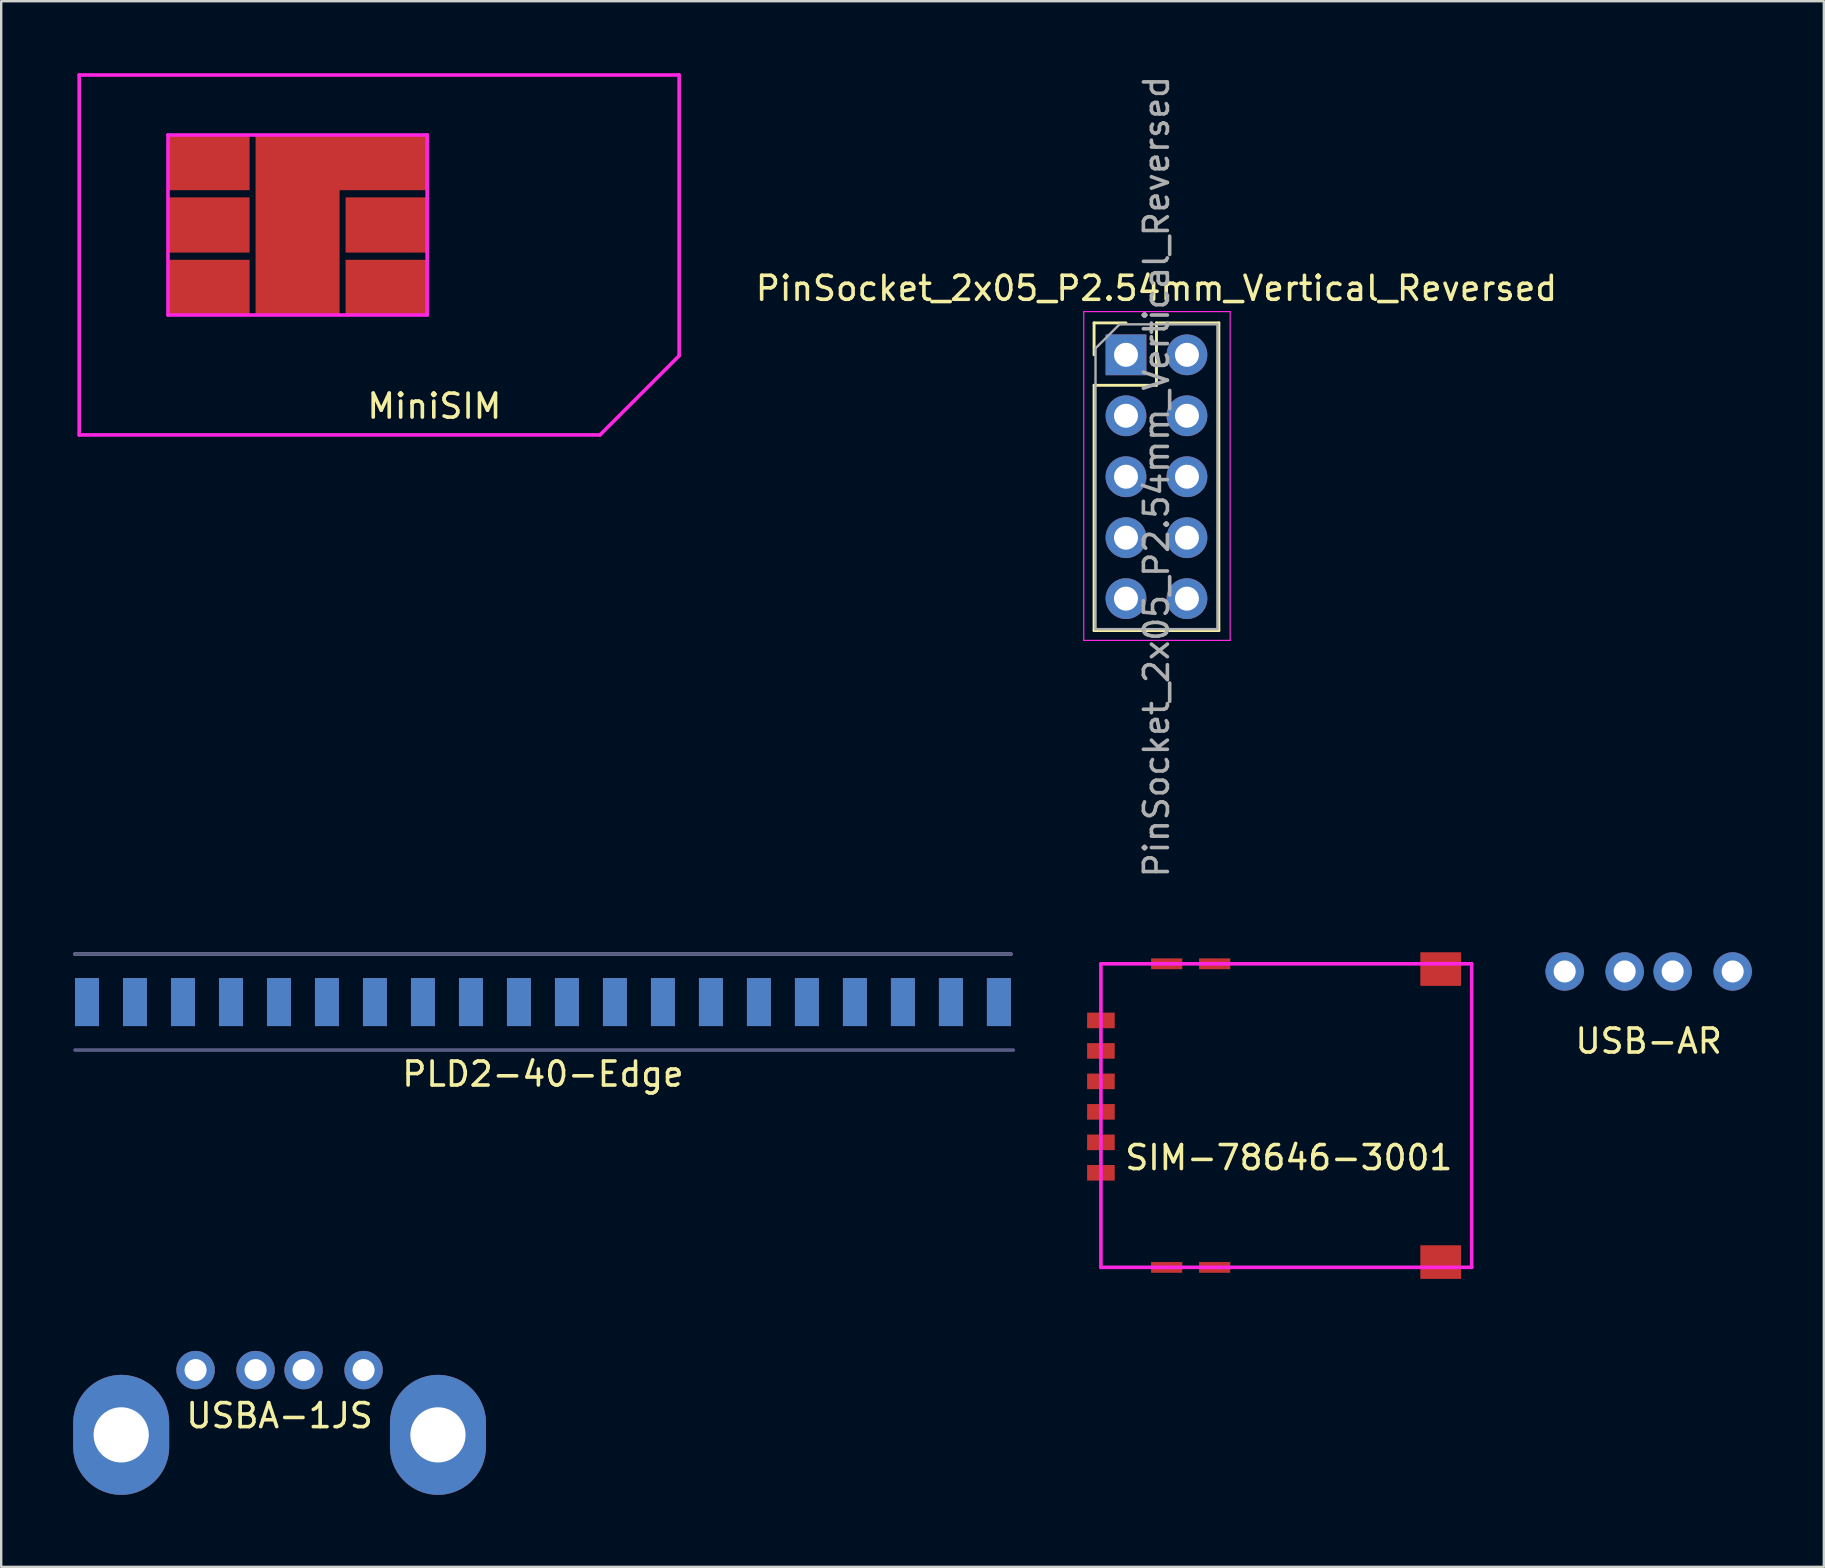
<source format=kicad_pcb>
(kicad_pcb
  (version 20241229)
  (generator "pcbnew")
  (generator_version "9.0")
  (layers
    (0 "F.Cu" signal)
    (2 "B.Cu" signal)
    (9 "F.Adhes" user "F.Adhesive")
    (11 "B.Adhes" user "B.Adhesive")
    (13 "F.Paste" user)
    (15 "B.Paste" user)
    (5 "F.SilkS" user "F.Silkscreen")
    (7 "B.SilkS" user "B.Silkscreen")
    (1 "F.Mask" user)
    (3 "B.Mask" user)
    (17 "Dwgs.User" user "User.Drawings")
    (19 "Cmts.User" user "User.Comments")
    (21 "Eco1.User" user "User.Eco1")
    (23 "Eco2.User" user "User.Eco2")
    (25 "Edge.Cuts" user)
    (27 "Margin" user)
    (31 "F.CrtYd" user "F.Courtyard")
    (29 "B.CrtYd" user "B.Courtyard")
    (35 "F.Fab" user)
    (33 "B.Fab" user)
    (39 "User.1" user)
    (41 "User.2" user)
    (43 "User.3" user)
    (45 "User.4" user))
  (footprint "SIM-78646-3001"
    (layer "F.Cu")
    (at 42.825 43.281)
    (property "Reference" "SIM-78646-3001" (at 7.83 1.908 0) (layer "F.SilkS") (effects (font (size 1 1) (thickness 0.15))))
    (attr through_hole)
    (fp_line (start 0 -6.17) (end 15.45 -6.17) (stroke (width 0.15) (type solid)) (layer "F.CrtYd"))
    (fp_line (start 0 6.48) (end 0 -6.17) (stroke (width 0.15) (type solid)) (layer "F.CrtYd"))
    (fp_line (start 15.45 -6.17) (end 15.45 6.48) (stroke (width 0.15) (type solid)) (layer "F.CrtYd"))
    (fp_line (start 15.45 6.48) (end 0 6.48) (stroke (width 0.15) (type solid)) (layer "F.CrtYd"))
    (pad "1" smd rect (at 0 -2.54) (size 1.15 0.65) (layers "F.Cu" "F.Mask" "F.Paste"))
    (pad "2" smd rect (at 0 0) (size 1.15 0.65) (layers "F.Cu" "F.Mask" "F.Paste"))
    (pad "3" smd rect (at 0 2.54) (size 1.15 0.65) (layers "F.Cu" "F.Mask" "F.Paste"))
    (pad "5" smd rect (at 0 -3.81) (size 1.15 0.65) (layers "F.Cu" "F.Mask" "F.Paste"))
    (pad "6" smd rect (at 0 -1.27) (size 1.15 0.65) (layers "F.Cu" "F.Mask" "F.Paste"))
    (pad "7" smd rect (at 0 1.27) (size 1.15 0.65) (layers "F.Cu" "F.Mask" "F.Paste"))
    (pad "GND" smd rect (at 2.74 -6.17) (size 1.3 0.45) (layers "F.Cu" "F.Mask" "F.Paste"))
    (pad "GND" smd rect (at 2.74 6.48) (size 1.3 0.45) (layers "F.Cu" "F.Mask" "F.Paste"))
    (pad "GND" smd rect (at 4.74 -6.17) (size 1.3 0.45) (layers "F.Cu" "F.Mask" "F.Paste"))
    (pad "GND" smd rect (at 4.74 6.48) (size 1.3 0.45) (layers "F.Cu" "F.Mask" "F.Paste"))
    (pad "GND" smd rect (at 14.16 -5.95) (size 1.7 1.4) (layers "F.Cu" "F.Mask" "F.Paste"))
    (pad "GND" smd rect (at 14.16 6.26) (size 1.7 1.4) (layers "F.Cu" "F.Mask" "F.Paste")))
  (footprint "PinSocket_2x05_P2.54mm_Vertical_Reversed"
    (layer "F.Cu")
    (at 43.87 11.735)
    (property "Reference" "PinSocket_2x05_P2.54mm_Vertical_Reversed" (at 1.27 -2.77 0) (layer "F.SilkS") (effects (font (size 1 1) (thickness 0.15))))
    (attr through_hole)
    (fp_line (start -1.33 -1.33) (end -1.33 0) (stroke (width 0.12) (type solid)) (layer "F.SilkS"))
    (fp_line (start -1.33 1.27) (end -1.33 11.49) (stroke (width 0.12) (type solid)) (layer "F.SilkS"))
    (fp_line (start 0 -1.33) (end -1.33 -1.33) (stroke (width 0.12) (type solid)) (layer "F.SilkS"))
    (fp_line (start 1.27 -1.33) (end 1.27 1.27) (stroke (width 0.12) (type solid)) (layer "F.SilkS"))
    (fp_line (start 1.27 1.27) (end -1.33 1.27) (stroke (width 0.12) (type solid)) (layer "F.SilkS"))
    (fp_line (start 3.87 -1.33) (end 1.27 -1.33) (stroke (width 0.12) (type solid)) (layer "F.SilkS"))
    (fp_line (start 3.87 -1.33) (end 3.87 11.49) (stroke (width 0.12) (type solid)) (layer "F.SilkS"))
    (fp_line (start 3.87 11.49) (end -1.33 11.49) (stroke (width 0.12) (type solid)) (layer "F.SilkS"))
    (fp_line (start -1.76 -1.8) (end -1.76 11.9) (stroke (width 0.05) (type solid)) (layer "F.CrtYd"))
    (fp_line (start -1.76 11.9) (end 4.34 11.9) (stroke (width 0.05) (type solid)) (layer "F.CrtYd"))
    (fp_line (start 4.34 -1.8) (end -1.76 -1.8) (stroke (width 0.05) (type solid)) (layer "F.CrtYd"))
    (fp_line (start 4.34 11.9) (end 4.34 -1.8) (stroke (width 0.05) (type solid)) (layer "F.CrtYd"))
    (fp_line (start -1.27 -0.27) (end -1.27 11.43) (stroke (width 0.1) (type solid)) (layer "F.Fab"))
    (fp_line (start -1.27 11.43) (end 3.81 11.43) (stroke (width 0.1) (type solid)) (layer "F.Fab"))
    (fp_line (start -0.27 -1.27) (end -1.27 -0.27) (stroke (width 0.1) (type solid)) (layer "F.Fab"))
    (fp_line (start 3.81 -1.27) (end -0.27 -1.27) (stroke (width 0.1) (type solid)) (layer "F.Fab"))
    (fp_line (start 3.81 11.43) (end 3.81 -1.27) (stroke (width 0.1) (type solid)) (layer "F.Fab"))
    (fp_text user "${REFERENCE}" (at 1.27 5.08 90) (layer "F.Fab") (effects (font (size 1 1) (thickness 0.15))))
    (pad "1" thru_hole rect (at 0 0) (size 1.7 1.7) (drill 1) (layers "*.Cu" "*.Mask"))
    (pad "2" thru_hole oval (at 2.54 0) (size 1.7 1.7) (drill 1) (layers "*.Cu" "*.Mask"))
    (pad "3" thru_hole oval (at 0 2.54) (size 1.7 1.7) (drill 1) (layers "*.Cu" "*.Mask"))
    (pad "4" thru_hole oval (at 2.54 2.54) (size 1.7 1.7) (drill 1) (layers "*.Cu" "*.Mask"))
    (pad "5" thru_hole oval (at 0 5.08) (size 1.7 1.7) (drill 1) (layers "*.Cu" "*.Mask"))
    (pad "6" thru_hole oval (at 2.54 5.08) (size 1.7 1.7) (drill 1) (layers "*.Cu" "*.Mask"))
    (pad "7" thru_hole oval (at 0 7.62) (size 1.7 1.7) (drill 1) (layers "*.Cu" "*.Mask"))
    (pad "8" thru_hole oval (at 2.54 7.62) (size 1.7 1.7) (drill 1) (layers "*.Cu" "*.Mask"))
    (pad "9" thru_hole oval (at 0 10.16) (size 1.7 1.7) (drill 1) (layers "*.Cu" "*.Mask"))
    (pad "10" thru_hole oval (at 2.54 10.16) (size 1.7 1.7) (drill 1) (layers "*.Cu" "*.Mask")))
  (footprint "USB-AR"
    (layer "F.Cu")
    (at 65.65 37.431)
    (property "Reference" "USB-AR" (at 0 2.9 0) (layer "F.SilkS") (effects (font (size 1 1) (thickness 0.15))))
    (attr through_hole)
    (pad "1" thru_hole circle (at 3.5 0) (size 1.6 1.6) (drill 0.92) (layers "*.Cu" "*.Mask"))
    (pad "2" thru_hole circle (at 1 0) (size 1.6 1.6) (drill 0.92) (layers "*.Cu" "*.Mask"))
    (pad "3" thru_hole circle (at -1 0) (size 1.6 1.6) (drill 0.92) (layers "*.Cu" "*.Mask"))
    (pad "4" thru_hole circle (at -3.5 0) (size 1.6 1.6) (drill 0.92) (layers "*.Cu" "*.Mask")))
  (footprint "PLD2-40-Edge"
    (layer "F.Cu")
    (at 19.575 38.706)
    (property "Reference" "PLD2-40-Edge" (at 0 3 0) (layer "F.SilkS") (effects (font (size 1 1) (thickness 0.15))))
    (attr through_hole)
    (fp_line (start -19.5 -2) (end 19.5 -2) (stroke (width 0.15) (type solid)) (layer "B.Fab"))
    (fp_line (start -19.5 2) (end 19.6 2) (stroke (width 0.15) (type solid)) (layer "B.Fab"))
    (fp_line (start -19.5 -2) (end 19.5 -2) (stroke (width 0.15) (type solid)) (layer "F.Fab"))
    (pad "1" smd rect (at -19 0) (size 1 2) (layers "F.Cu" "F.Mask" "F.Paste"))
    (pad "2" smd rect (at -19 0) (size 1 2) (layers "B.Cu" "B.Mask" "B.Paste"))
    (pad "3" smd rect (at -17 0) (size 1 2) (layers "F.Cu" "F.Mask" "F.Paste"))
    (pad "4" smd rect (at -17 0) (size 1 2) (layers "B.Cu" "B.Mask" "B.Paste"))
    (pad "5" smd rect (at -15 0) (size 1 2) (layers "F.Cu" "F.Mask" "F.Paste"))
    (pad "6" smd rect (at -15 0) (size 1 2) (layers "B.Cu" "B.Mask" "B.Paste"))
    (pad "7" smd rect (at -13 0) (size 1 2) (layers "F.Cu" "F.Mask" "F.Paste"))
    (pad "8" smd rect (at -13 0) (size 1 2) (layers "B.Cu" "B.Mask" "B.Paste"))
    (pad "9" smd rect (at -11 0) (size 1 2) (layers "F.Cu" "F.Mask" "F.Paste"))
    (pad "10" smd rect (at -11 0) (size 1 2) (layers "B.Cu" "B.Mask" "B.Paste"))
    (pad "11" smd rect (at -9 0) (size 1 2) (layers "F.Cu" "F.Mask" "F.Paste"))
    (pad "12" smd rect (at -9 0) (size 1 2) (layers "B.Cu" "B.Mask" "B.Paste"))
    (pad "13" smd rect (at -7 0) (size 1 2) (layers "F.Cu" "F.Mask" "F.Paste"))
    (pad "14" smd rect (at -7 0) (size 1 2) (layers "B.Cu" "B.Mask" "B.Paste"))
    (pad "15" smd rect (at -5 0) (size 1 2) (layers "F.Cu" "F.Mask" "F.Paste"))
    (pad "16" smd rect (at -5 0) (size 1 2) (layers "B.Cu" "B.Mask" "B.Paste"))
    (pad "17" smd rect (at -3 0) (size 1 2) (layers "F.Cu" "F.Mask" "F.Paste"))
    (pad "18" smd rect (at -3 0) (size 1 2) (layers "B.Cu" "B.Mask" "B.Paste"))
    (pad "19" smd rect (at -1 0) (size 1 2) (layers "F.Cu" "F.Mask" "F.Paste"))
    (pad "20" smd rect (at -1 0) (size 1 2) (layers "B.Cu" "B.Mask" "B.Paste"))
    (pad "21" smd rect (at 1 0) (size 1 2) (layers "F.Cu" "F.Mask" "F.Paste"))
    (pad "22" smd rect (at 1 0) (size 1 2) (layers "B.Cu" "B.Mask" "B.Paste"))
    (pad "23" smd rect (at 3 0) (size 1 2) (layers "F.Cu" "F.Mask" "F.Paste"))
    (pad "24" smd rect (at 3 0) (size 1 2) (layers "B.Cu" "B.Mask" "B.Paste"))
    (pad "25" smd rect (at 5 0) (size 1 2) (layers "F.Cu" "F.Mask" "F.Paste"))
    (pad "26" smd rect (at 5 0) (size 1 2) (layers "B.Cu" "B.Mask" "B.Paste"))
    (pad "27" smd rect (at 7 0) (size 1 2) (layers "F.Cu" "F.Mask" "F.Paste"))
    (pad "28" smd rect (at 7 0) (size 1 2) (layers "B.Cu" "B.Mask" "B.Paste"))
    (pad "29" smd rect (at 9 0) (size 1 2) (layers "F.Cu" "F.Mask" "F.Paste"))
    (pad "30" smd rect (at 9 0) (size 1 2) (layers "B.Cu" "B.Mask" "B.Paste"))
    (pad "31" smd rect (at 11 0) (size 1 2) (layers "F.Cu" "F.Mask" "F.Paste"))
    (pad "32" smd rect (at 11 0) (size 1 2) (layers "B.Cu" "B.Mask" "B.Paste"))
    (pad "33" smd rect (at 13 0) (size 1 2) (layers "F.Cu" "F.Mask" "F.Paste"))
    (pad "34" smd rect (at 13 0) (size 1 2) (layers "B.Cu" "B.Mask" "B.Paste"))
    (pad "35" smd rect (at 15 0) (size 1 2) (layers "F.Cu" "F.Mask" "F.Paste"))
    (pad "36" smd rect (at 15 0) (size 1 2) (layers "B.Cu" "B.Mask" "B.Paste"))
    (pad "37" smd rect (at 17 0) (size 1 2) (layers "F.Cu" "F.Mask" "F.Paste"))
    (pad "38" smd rect (at 17 0) (size 1 2) (layers "B.Cu" "B.Mask" "B.Paste"))
    (pad "39" smd rect (at 19 0) (size 1 2) (layers "F.Cu" "F.Mask" "F.Paste"))
    (pad "40" smd rect (at 19 0) (size 1 2) (layers "B.Cu" "B.Mask" "B.Paste")))
  (footprint "USBA-1JS"
    (layer "F.Cu")
    (at 8.6 54.041)
    (property "Reference" "USBA-1JS" (at 0 1.9 0) (layer "F.SilkS") (effects (font (size 1 1) (thickness 0.15))))
    (attr through_hole)
    (pad "1" thru_hole circle (at -3.5 0) (size 1.6 1.6) (drill 0.92) (layers "*.Cu" "*.Mask"))
    (pad "2" thru_hole circle (at -1 0) (size 1.6 1.6) (drill 0.92) (layers "*.Cu" "*.Mask"))
    (pad "3" thru_hole circle (at 1 0) (size 1.6 1.6) (drill 0.92) (layers "*.Cu" "*.Mask"))
    (pad "4" thru_hole circle (at 3.5 0) (size 1.6 1.6) (drill 0.92) (layers "*.Cu" "*.Mask"))
    (pad "5" thru_hole oval (at -6.6 2.7) (size 4 5) (drill 2.3) (layers "*.Cu" "*.Mask"))
    (pad "5" thru_hole oval (at 6.6 2.7) (size 4 5) (drill 2.3) (layers "*.Cu" "*.Mask")))
  (footprint "MiniSIM"
    (layer "F.Cu")
    (at 0.25 15.075)
    (property "Reference" "MiniSIM" (at 14.8 -1.2 0) (layer "F.SilkS") (effects (font (size 1 1) (thickness 0.15))))
    (attr through_hole)
    (fp_line (start 0 -15) (end 25 -15) (stroke (width 0.15) (type solid)) (layer "F.CrtYd"))
    (fp_line (start 0 0) (end 0 -15) (stroke (width 0.15) (type solid)) (layer "F.CrtYd"))
    (fp_line (start 3.7 -12.5) (end 3.7 -5) (stroke (width 0.15) (type solid)) (layer "F.CrtYd"))
    (fp_line (start 3.7 -5) (end 14.5 -5) (stroke (width 0.15) (type solid)) (layer "F.CrtYd"))
    (fp_line (start 14.5 -12.5) (end 3.7 -12.5) (stroke (width 0.15) (type solid)) (layer "F.CrtYd"))
    (fp_line (start 14.5 -5) (end 14.5 -12.5) (stroke (width 0.15) (type solid)) (layer "F.CrtYd"))
    (fp_line (start 21.7 0) (end 0 0) (stroke (width 0.15) (type solid)) (layer "F.CrtYd"))
    (fp_line (start 25 -3.3) (end 21.7 0) (stroke (width 0.15) (type solid)) (layer "F.CrtYd"))
    (fp_line (start 25 -3.3) (end 25 -15) (stroke (width 0.15) (type solid)) (layer "F.CrtYd"))
    (pad "1" smd rect (at 5.4 -11.35) (size 3.4 2.3) (layers "F.Cu" "F.Mask" "F.Paste"))
    (pad "2" smd rect (at 5.4 -8.75) (size 3.4 2.3) (layers "F.Cu" "F.Mask" "F.Paste"))
    (pad "3" smd rect (at 5.4 -6.15) (size 3.4 2.3) (layers "F.Cu" "F.Mask" "F.Paste"))
    (pad "5" smd rect (at 9.1 -8.75) (size 3.5 7.5) (layers "F.Cu" "F.Mask" "F.Paste"))
    (pad "5" smd rect (at 12.65 -11.35) (size 3.7 2.3) (layers "F.Cu" "F.Mask" "F.Paste"))
    (pad "6" smd rect (at 12.8 -8.75) (size 3.4 2.3) (layers "F.Cu" "F.Mask" "F.Paste"))
    (pad "7" smd rect (at 12.8 -6.15) (size 3.4 2.3) (layers "F.Cu" "F.Mask" "F.Paste")))
  (gr_rect
    (start -3 -3)
    (end 72.95 62.241)
    (stroke (width 0.1) (type default))
    (fill no)
    (layer "Edge.Cuts")))
</source>
